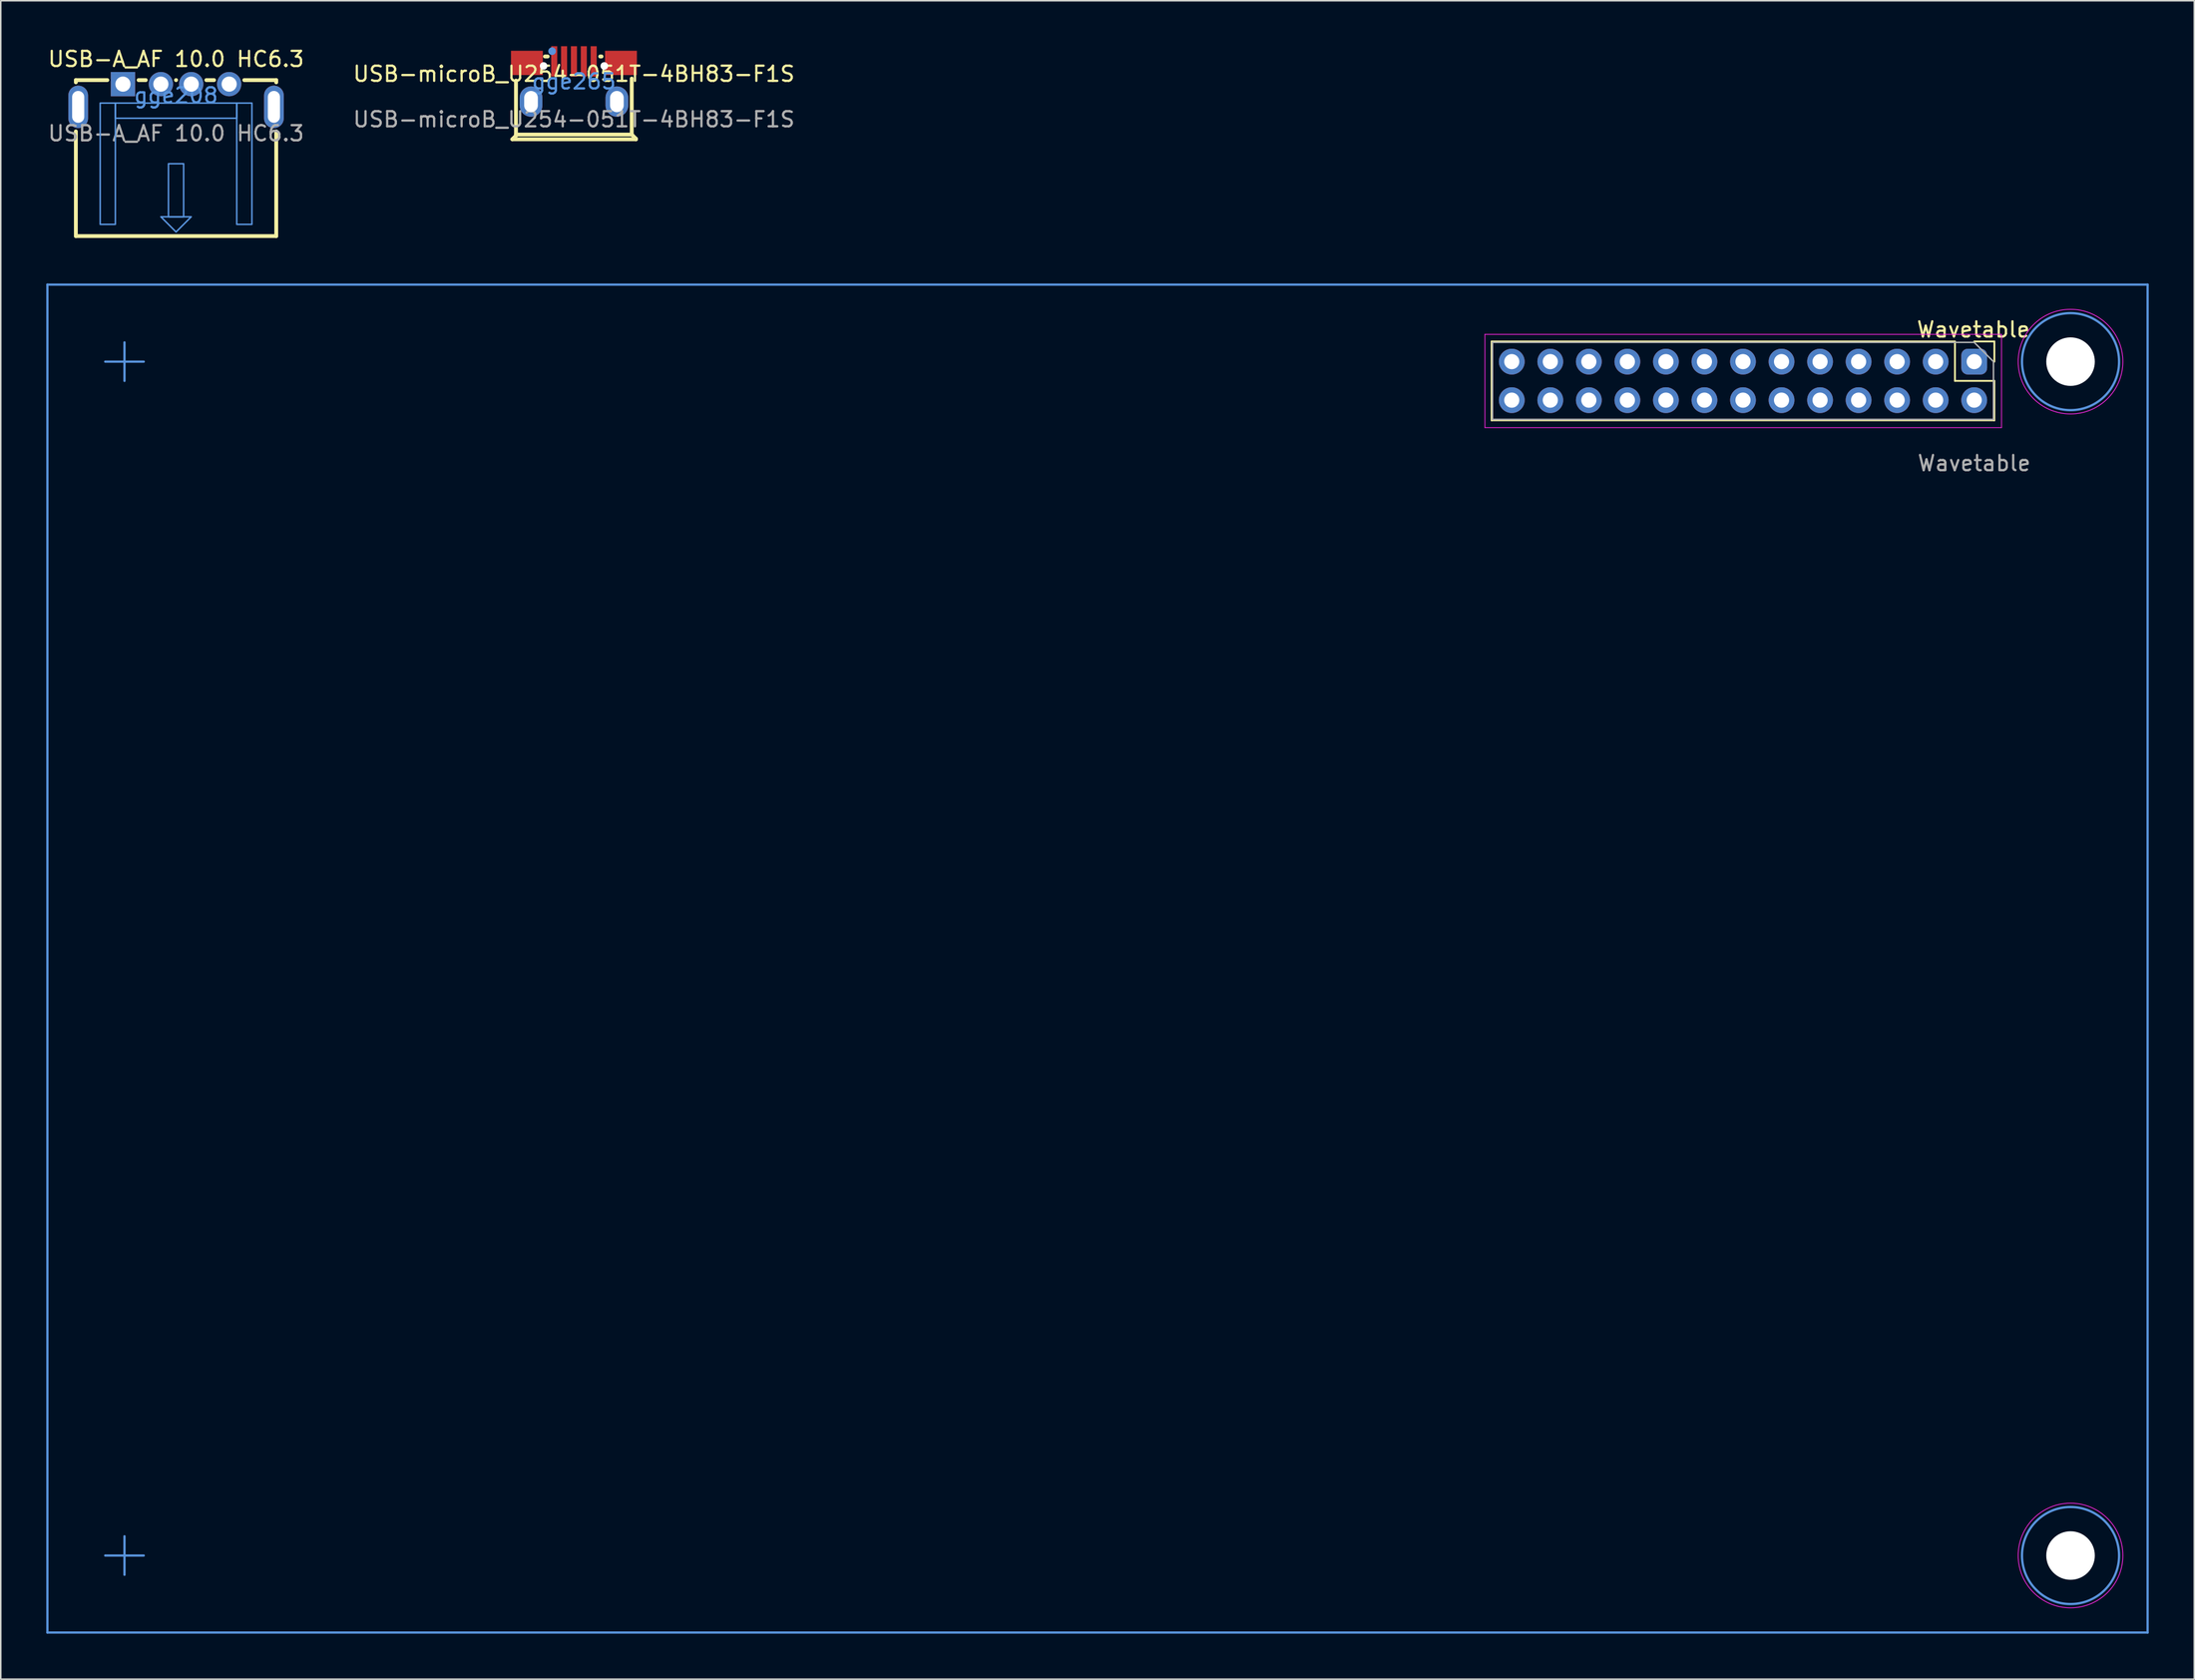
<source format=kicad_pcb>
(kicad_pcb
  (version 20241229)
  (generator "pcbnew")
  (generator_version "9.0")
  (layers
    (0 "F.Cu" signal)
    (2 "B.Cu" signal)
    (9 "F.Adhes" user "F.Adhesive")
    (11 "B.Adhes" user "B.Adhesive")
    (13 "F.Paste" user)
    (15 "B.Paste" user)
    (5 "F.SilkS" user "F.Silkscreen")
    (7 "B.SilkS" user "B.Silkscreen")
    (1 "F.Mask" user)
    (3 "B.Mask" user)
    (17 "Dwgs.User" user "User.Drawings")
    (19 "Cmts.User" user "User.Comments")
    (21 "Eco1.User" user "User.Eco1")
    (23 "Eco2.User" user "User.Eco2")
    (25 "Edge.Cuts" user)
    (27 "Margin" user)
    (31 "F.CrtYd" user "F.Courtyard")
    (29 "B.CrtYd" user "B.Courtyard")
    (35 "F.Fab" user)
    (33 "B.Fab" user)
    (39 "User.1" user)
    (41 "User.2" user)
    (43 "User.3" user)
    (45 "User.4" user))
  (footprint "Wavetable"
    (layer "F.Cu")
    (at 127.075 20.898)
    (property "Reference" "Wavetable" (at -0.051 -2.21 0) (unlocked yes) (layer "F.SilkS") (effects (font (size 1 1) (thickness 0.15))))
    (attr through_hole)
    (fp_line (start -31.81 -1.427) (end -31.81 3.773) (stroke (width 0.12) (type solid)) (layer "F.SilkS"))
    (fp_line (start -1.27 -1.427) (end -31.81 -1.427) (stroke (width 0.12) (type solid)) (layer "F.SilkS"))
    (fp_line (start -1.27 -1.427) (end -1.27 1.173) (stroke (width 0.12) (type solid)) (layer "F.SilkS"))
    (fp_line (start -1.27 1.173) (end 1.33 1.173) (stroke (width 0.12) (type solid)) (layer "F.SilkS"))
    (fp_line (start 0 -1.427) (end 1.33 -1.427) (stroke (width 0.12) (type solid)) (layer "F.SilkS"))
    (fp_line (start 1.33 -1.427) (end 1.33 -0.097) (stroke (width 0.12) (type solid)) (layer "F.SilkS"))
    (fp_line (start 1.33 1.173) (end 1.33 3.773) (stroke (width 0.12) (type solid)) (layer "F.SilkS"))
    (fp_line (start 1.33 3.773) (end -31.81 3.773) (stroke (width 0.12) (type solid)) (layer "F.SilkS"))
    (fp_line (start -127 -5.177) (end 11.43 -5.177) (stroke (width 0.15) (type solid)) (layer "Cmts.User"))
    (fp_line (start -127 83.723) (end -127 -5.177) (stroke (width 0.15) (type solid)) (layer "Cmts.User"))
    (fp_line (start -123.19 -0.097) (end -120.65 -0.097) (stroke (width 0.15) (type solid)) (layer "Cmts.User"))
    (fp_line (start -123.19 78.643) (end -120.65 78.643) (stroke (width 0.15) (type solid)) (layer "Cmts.User"))
    (fp_line (start -121.92 -1.367) (end -121.92 1.173) (stroke (width 0.15) (type solid)) (layer "Cmts.User"))
    (fp_line (start -121.92 77.373) (end -121.92 79.913) (stroke (width 0.15) (type solid)) (layer "Cmts.User"))
    (fp_line (start 11.43 -5.177) (end 11.43 83.723) (stroke (width 0.15) (type solid)) (layer "Cmts.User"))
    (fp_line (start 11.43 83.723) (end -127 83.723) (stroke (width 0.15) (type solid)) (layer "Cmts.User"))
    (fp_circle (center 6.35 -0.097) (end 9.55 -0.097) (stroke (width 0.15) (type solid)) (fill no) (layer "Cmts.User"))
    (fp_circle (center 6.35 78.643) (end 9.55 78.643) (stroke (width 0.15) (type solid)) (fill no) (layer "Cmts.User"))
    (fp_line (start -32.25 -1.897) (end -32.25 4.253) (stroke (width 0.05) (type solid)) (layer "F.CrtYd"))
    (fp_line (start -32.25 4.253) (end 1.8 4.253) (stroke (width 0.05) (type solid)) (layer "F.CrtYd"))
    (fp_line (start 1.8 -1.897) (end -32.25 -1.897) (stroke (width 0.05) (type solid)) (layer "F.CrtYd"))
    (fp_line (start 1.8 4.253) (end 1.8 -1.897) (stroke (width 0.05) (type solid)) (layer "F.CrtYd"))
    (fp_circle (center 6.35 -0.097) (end 9.8 -0.097) (stroke (width 0.05) (type solid)) (fill no) (layer "F.CrtYd"))
    (fp_circle (center 6.35 78.643) (end 9.8 78.643) (stroke (width 0.05) (type solid)) (fill no) (layer "F.CrtYd"))
    (fp_line (start -31.75 -1.367) (end 0 -1.367) (stroke (width 0.1) (type solid)) (layer "F.Fab"))
    (fp_line (start -31.75 3.713) (end -31.75 -1.367) (stroke (width 0.1) (type solid)) (layer "F.Fab"))
    (fp_line (start 0 -1.367) (end 1.27 -0.097) (stroke (width 0.1) (type solid)) (layer "F.Fab"))
    (fp_line (start 1.27 -0.097) (end 1.27 3.713) (stroke (width 0.1) (type solid)) (layer "F.Fab"))
    (fp_line (start 1.27 3.713) (end -31.75 3.713) (stroke (width 0.1) (type solid)) (layer "F.Fab"))
    (fp_text user "${REFERENCE}" (at 0 6.604 0) (unlocked yes) (layer "F.Fab") (effects (font (size 1 1) (thickness 0.15))))
    (pad "" np_thru_hole circle (at 6.35 -0.097) (size 3.2 3.2) (drill 3.2) (layers "*.Cu" "*.Mask"))
    (pad "" np_thru_hole circle (at 6.35 78.643) (size 3.2 3.2) (drill 3.2) (layers "*.Cu" "*.Mask"))
    (pad "1" thru_hole roundrect (at 0 -0.097 270) (size 1.7 1.7) (drill 1) (layers "*.Cu" "*.Mask") (roundrect_rratio 0.25))
    (pad "2" thru_hole oval (at 0 2.443 270) (size 1.7 1.7) (drill 1) (layers "*.Cu" "*.Mask"))
    (pad "3" thru_hole oval (at -2.54 -0.097 270) (size 1.7 1.7) (drill 1) (layers "*.Cu" "*.Mask"))
    (pad "4" thru_hole oval (at -2.54 2.443 270) (size 1.7 1.7) (drill 1) (layers "*.Cu" "*.Mask"))
    (pad "5" thru_hole oval (at -5.08 -0.097 270) (size 1.7 1.7) (drill 1) (layers "*.Cu" "*.Mask"))
    (pad "6" thru_hole oval (at -5.08 2.443 270) (size 1.7 1.7) (drill 1) (layers "*.Cu" "*.Mask"))
    (pad "7" thru_hole oval (at -7.62 -0.097 270) (size 1.7 1.7) (drill 1) (layers "*.Cu" "*.Mask"))
    (pad "8" thru_hole oval (at -7.62 2.443 270) (size 1.7 1.7) (drill 1) (layers "*.Cu" "*.Mask"))
    (pad "9" thru_hole oval (at -10.16 -0.097 270) (size 1.7 1.7) (drill 1) (layers "*.Cu" "*.Mask"))
    (pad "10" thru_hole oval (at -10.16 2.443 270) (size 1.7 1.7) (drill 1) (layers "*.Cu" "*.Mask"))
    (pad "11" thru_hole oval (at -12.7 -0.097 270) (size 1.7 1.7) (drill 1) (layers "*.Cu" "*.Mask"))
    (pad "12" thru_hole oval (at -12.7 2.443 270) (size 1.7 1.7) (drill 1) (layers "*.Cu" "*.Mask"))
    (pad "13" thru_hole oval (at -15.24 -0.097 270) (size 1.7 1.7) (drill 1) (layers "*.Cu" "*.Mask"))
    (pad "14" thru_hole oval (at -15.24 2.443 270) (size 1.7 1.7) (drill 1) (layers "*.Cu" "*.Mask"))
    (pad "15" thru_hole oval (at -17.78 -0.097 270) (size 1.7 1.7) (drill 1) (layers "*.Cu" "*.Mask"))
    (pad "16" thru_hole oval (at -17.78 2.443 270) (size 1.7 1.7) (drill 1) (layers "*.Cu" "*.Mask"))
    (pad "17" thru_hole oval (at -20.32 -0.097 270) (size 1.7 1.7) (drill 1) (layers "*.Cu" "*.Mask"))
    (pad "18" thru_hole oval (at -20.32 2.443 270) (size 1.7 1.7) (drill 1) (layers "*.Cu" "*.Mask"))
    (pad "19" thru_hole oval (at -22.86 -0.097 270) (size 1.7 1.7) (drill 1) (layers "*.Cu" "*.Mask"))
    (pad "20" thru_hole oval (at -22.86 2.443 270) (size 1.7 1.7) (drill 1) (layers "*.Cu" "*.Mask"))
    (pad "21" thru_hole oval (at -25.4 -0.097 270) (size 1.7 1.7) (drill 1) (layers "*.Cu" "*.Mask"))
    (pad "22" thru_hole oval (at -25.4 2.443 270) (size 1.7 1.7) (drill 1) (layers "*.Cu" "*.Mask"))
    (pad "23" thru_hole oval (at -27.94 -0.097 270) (size 1.7 1.7) (drill 1) (layers "*.Cu" "*.Mask"))
    (pad "24" thru_hole oval (at -27.94 2.443 270) (size 1.7 1.7) (drill 1) (layers "*.Cu" "*.Mask"))
    (pad "25" thru_hole oval (at -30.48 -0.097 270) (size 1.7 1.7) (drill 1) (layers "*.Cu" "*.Mask"))
    (pad "26" thru_hole oval (at -30.48 2.443 270) (size 1.7 1.7) (drill 1) (layers "*.Cu" "*.Mask")))
  (footprint "USB-microB_U254-051T-4BH83-F1S"
    (layer "F.Cu")
    (at 34.78 2.325)
    (property "Reference" "USB-microB_U254-051T-4BH83-F1S" (at 0 -0.5 0) (unlocked yes) (layer "F.SilkS") (effects (font (size 1 1) (thickness 0.15))))
    (attr smd)
    (fp_line (start -4.06 3.81) (end 4.09 3.81) (stroke (width 0.254) (type solid)) (layer "F.SilkS"))
    (fp_line (start -3.82 3.5) (end -3.82 -0.06) (stroke (width 0.254) (type solid)) (layer "F.SilkS"))
    (fp_line (start -3.82 3.5) (end -3.82 3.57) (stroke (width 0.254) (type solid)) (layer "F.SilkS"))
    (fp_line (start -3.82 3.57) (end -4.06 3.81) (stroke (width 0.254) (type solid)) (layer "F.SilkS"))
    (fp_line (start -3.63 3.5) (end -3.82 3.5) (stroke (width 0.254) (type solid)) (layer "F.SilkS"))
    (fp_line (start -1.731 -1.65) (end -1.91 -1.65) (stroke (width 0.254) (type solid)) (layer "F.SilkS"))
    (fp_line (start 1.731 -1.65) (end 1.819 -1.65) (stroke (width 0.254) (type solid)) (layer "F.SilkS"))
    (fp_line (start 3.81 -0.194) (end 3.81 3.5) (stroke (width 0.254) (type solid)) (layer "F.SilkS"))
    (fp_line (start 3.81 3.5) (end -3.63 3.5) (stroke (width 0.254) (type solid)) (layer "F.SilkS"))
    (fp_line (start 4.09 3.78) (end 3.81 3.5) (stroke (width 0.254) (type solid)) (layer "F.SilkS"))
    (fp_line (start 4.09 3.81) (end 4.09 3.78) (stroke (width 0.254) (type solid)) (layer "F.SilkS"))
    (fp_poly (pts (xy -4.15 -0.425) (xy -4.15 -2.025) (xy -2.05 -2.025) (xy -2.05 -0.425)) (stroke (width 0) (type solid)) (fill yes) (layer "F.Paste"))
    (fp_poly (pts (xy -1.5 -2.325) (xy -1.1 -2.325) (xy -1.1 -0.325) (xy -1.5 -0.325)) (stroke (width 0) (type solid)) (fill yes) (layer "F.Paste"))
    (fp_poly (pts (xy -0.85 -2.325) (xy -0.45 -2.325) (xy -0.45 -0.325) (xy -0.85 -0.325)) (stroke (width 0) (type solid)) (fill yes) (layer "F.Paste"))
    (fp_poly (pts (xy -0.2 -2.325) (xy 0.2 -2.325) (xy 0.2 -0.325) (xy -0.2 -0.325)) (stroke (width 0) (type solid)) (fill yes) (layer "F.Paste"))
    (fp_poly (pts (xy 0.45 -2.325) (xy 0.85 -2.325) (xy 0.85 -0.325) (xy 0.45 -0.325)) (stroke (width 0) (type solid)) (fill yes) (layer "F.Paste"))
    (fp_poly (pts (xy 1.1 -2.325) (xy 1.5 -2.325) (xy 1.5 -0.325) (xy 1.1 -0.325)) (stroke (width 0) (type solid)) (fill yes) (layer "F.Paste"))
    (fp_poly (pts (xy 2.05 -0.425) (xy 2.05 -2.025) (xy 4.15 -2.025) (xy 4.15 -0.425)) (stroke (width 0) (type solid)) (fill yes) (layer "F.Paste"))
    (fp_circle (center -2 -1.025) (end -1.9 -1.025) (stroke (width 0.2) (type solid)) (fill no) (layer "Cmts.User"))
    (fp_circle (center -1.44 -2) (end -1.313 -2) (stroke (width 0.254) (type solid)) (fill no) (layer "Cmts.User"))
    (fp_circle (center 2 -1.025) (end 2.1 -1.025) (stroke (width 0.2) (type solid)) (fill no) (layer "Cmts.User"))
    (fp_text user "gge265" (at 0 0 0) (layer "Cmts.User") (effects (font (size 1 1) (thickness 0.15))))
    (fp_text user "${REFERENCE}" (at 0 2.5 0) (unlocked yes) (layer "F.Fab") (effects (font (size 1 1) (thickness 0.15))))
    (pad "" np_thru_hole circle (at -2 -1.025) (size 0.5 0.5) (drill 0.5) (layers "*.Cu" "*.Mask"))
    (pad "" np_thru_hole circle (at 2 -1.025) (size 0.5 0.5) (drill 0.5) (layers "*.Cu" "*.Mask"))
    (pad "1" smd rect (at -1.3 -1.325) (size 0.4 2) (layers "F.Cu" "F.Mask" "F.Paste"))
    (pad "2" smd rect (at -0.65 -1.325) (size 0.4 2) (layers "F.Cu" "F.Mask" "F.Paste"))
    (pad "3" smd rect (at 0 -1.325) (size 0.4 2) (layers "F.Cu" "F.Mask" "F.Paste"))
    (pad "4" smd rect (at 0.65 -1.325) (size 0.4 2) (layers "F.Cu" "F.Mask" "F.Paste"))
    (pad "5" smd rect (at 1.3 -1.325) (size 0.4 2) (layers "F.Cu" "F.Mask" "F.Paste"))
    (pad "6" smd rect (at -3.1 -1.225 90) (size 1.6 2.1) (layers "F.Cu" "F.Mask" "F.Paste"))
    (pad "6" thru_hole oval (at -2.83 1.325) (size 1.5 2) (drill oval 0.9 1.4) (layers "*.Cu" "*.Paste" "*.Mask"))
    (pad "6" thru_hole oval (at 2.83 1.325) (size 1.5 2) (drill oval 0.9 1.4) (layers "*.Cu" "*.Paste" "*.Mask"))
    (pad "6" smd rect (at 3.1 -1.225 90) (size 1.6 2.1) (layers "F.Cu" "F.Mask" "F.Paste")))
  (footprint "USB-A_AF 10.0 HC6.3"
    (layer "F.Cu")
    (at 8.554 3.248)
    (property "Reference" "USB-A_AF 10.0 HC6.3" (at 0 -2.4 0) (unlocked yes) (layer "F.SilkS") (effects (font (size 1 1) (thickness 0.15))))
    (attr through_hole)
    (fp_line (start -6.604 -1.016) (end -4.531 -1.016) (stroke (width 0.254) (type solid)) (layer "F.SilkS"))
    (fp_line (start -6.604 -0.868) (end -6.604 -1.016) (stroke (width 0.254) (type solid)) (layer "F.SilkS"))
    (fp_line (start -6.604 9.271) (end -6.604 2.367) (stroke (width 0.254) (type solid)) (layer "F.SilkS"))
    (fp_line (start -2.469 -1.016) (end -1.996 -1.016) (stroke (width 0.254) (type solid)) (layer "F.SilkS"))
    (fp_line (start -0.004 -1.016) (end 0.004 -1.016) (stroke (width 0.254) (type solid)) (layer "F.SilkS"))
    (fp_line (start 1.996 -1.016) (end 2.504 -1.016) (stroke (width 0.254) (type solid)) (layer "F.SilkS"))
    (fp_line (start 4.496 -1.016) (end 6.604 -1.016) (stroke (width 0.254) (type solid)) (layer "F.SilkS"))
    (fp_line (start 6.604 -1.016) (end 6.604 -0.868) (stroke (width 0.254) (type solid)) (layer "F.SilkS"))
    (fp_line (start 6.604 2.367) (end 6.604 9.271) (stroke (width 0.254) (type solid)) (layer "F.SilkS"))
    (fp_line (start 6.604 9.271) (end -6.604 9.271) (stroke (width 0.254) (type solid)) (layer "F.SilkS"))
    (fp_poly (pts (xy -1 8) (xy 1 8) (xy 0 9)) (stroke (width 0.1) (type solid)) (fill no) (layer "Cmts.User"))
    (fp_poly (pts (xy -5 8.5) (xy -5 0.5) (xy -4 0.5) (xy -4 8.5)) (stroke (width 0.1) (type solid)) (fill no) (layer "Cmts.User"))
    (fp_poly (pts (xy -4 0.5) (xy 4 0.5) (xy 4 1.5) (xy -4 1.5)) (stroke (width 0.1) (type solid)) (fill no) (layer "Cmts.User"))
    (fp_poly (pts (xy 5 8.5) (xy 5 0.5) (xy 4 0.5) (xy 4 8.5)) (stroke (width 0.1) (type solid)) (fill no) (layer "Cmts.User"))
    (fp_poly (pts (xy 0 8) (xy -0.5 8) (xy -0.5 4.5) (xy 0.5 4.5) (xy 0.5 8)) (stroke (width 0.1) (type solid)) (fill no) (layer "Cmts.User"))
    (fp_text user "gge208" (at 0 0 0) (layer "Cmts.User") (effects (font (size 1 1) (thickness 0.15))))
    (fp_text user "${REFERENCE}" (at 0 2.5 0) (unlocked yes) (layer "F.Fab") (effects (font (size 1 1) (thickness 0.15))))
    (pad "1" thru_hole rect (at -3.5 -0.75 180) (size 1.6 1.6) (drill 1) (layers "*.Cu" "*.Paste" "*.Mask"))
    (pad "2" thru_hole circle (at -1 -0.75 180) (size 1.6 1.6) (drill 1) (layers "*.Cu" "*.Paste" "*.Mask"))
    (pad "3" thru_hole circle (at 1 -0.75 180) (size 1.6 1.6) (drill 1) (layers "*.Cu" "*.Paste" "*.Mask"))
    (pad "4" thru_hole circle (at 3.5 -0.75 180) (size 1.6 1.6) (drill 1) (layers "*.Cu" "*.Paste" "*.Mask"))
    (pad "5" thru_hole oval (at -6.45 0.75 180) (size 1.3 2.8) (drill oval 0.8 2.1) (layers "*.Cu" "*.Paste" "*.Mask"))
    (pad "5" thru_hole oval (at 6.45 0.75 180) (size 1.3 2.8) (drill oval 0.8 2.1) (layers "*.Cu" "*.Paste" "*.Mask")))
  (gr_rect
    (start -3 -3)
    (end 141.58 107.696)
    (stroke (width 0.1) (type default))
    (fill no)
    (layer "Edge.Cuts")))
</source>
